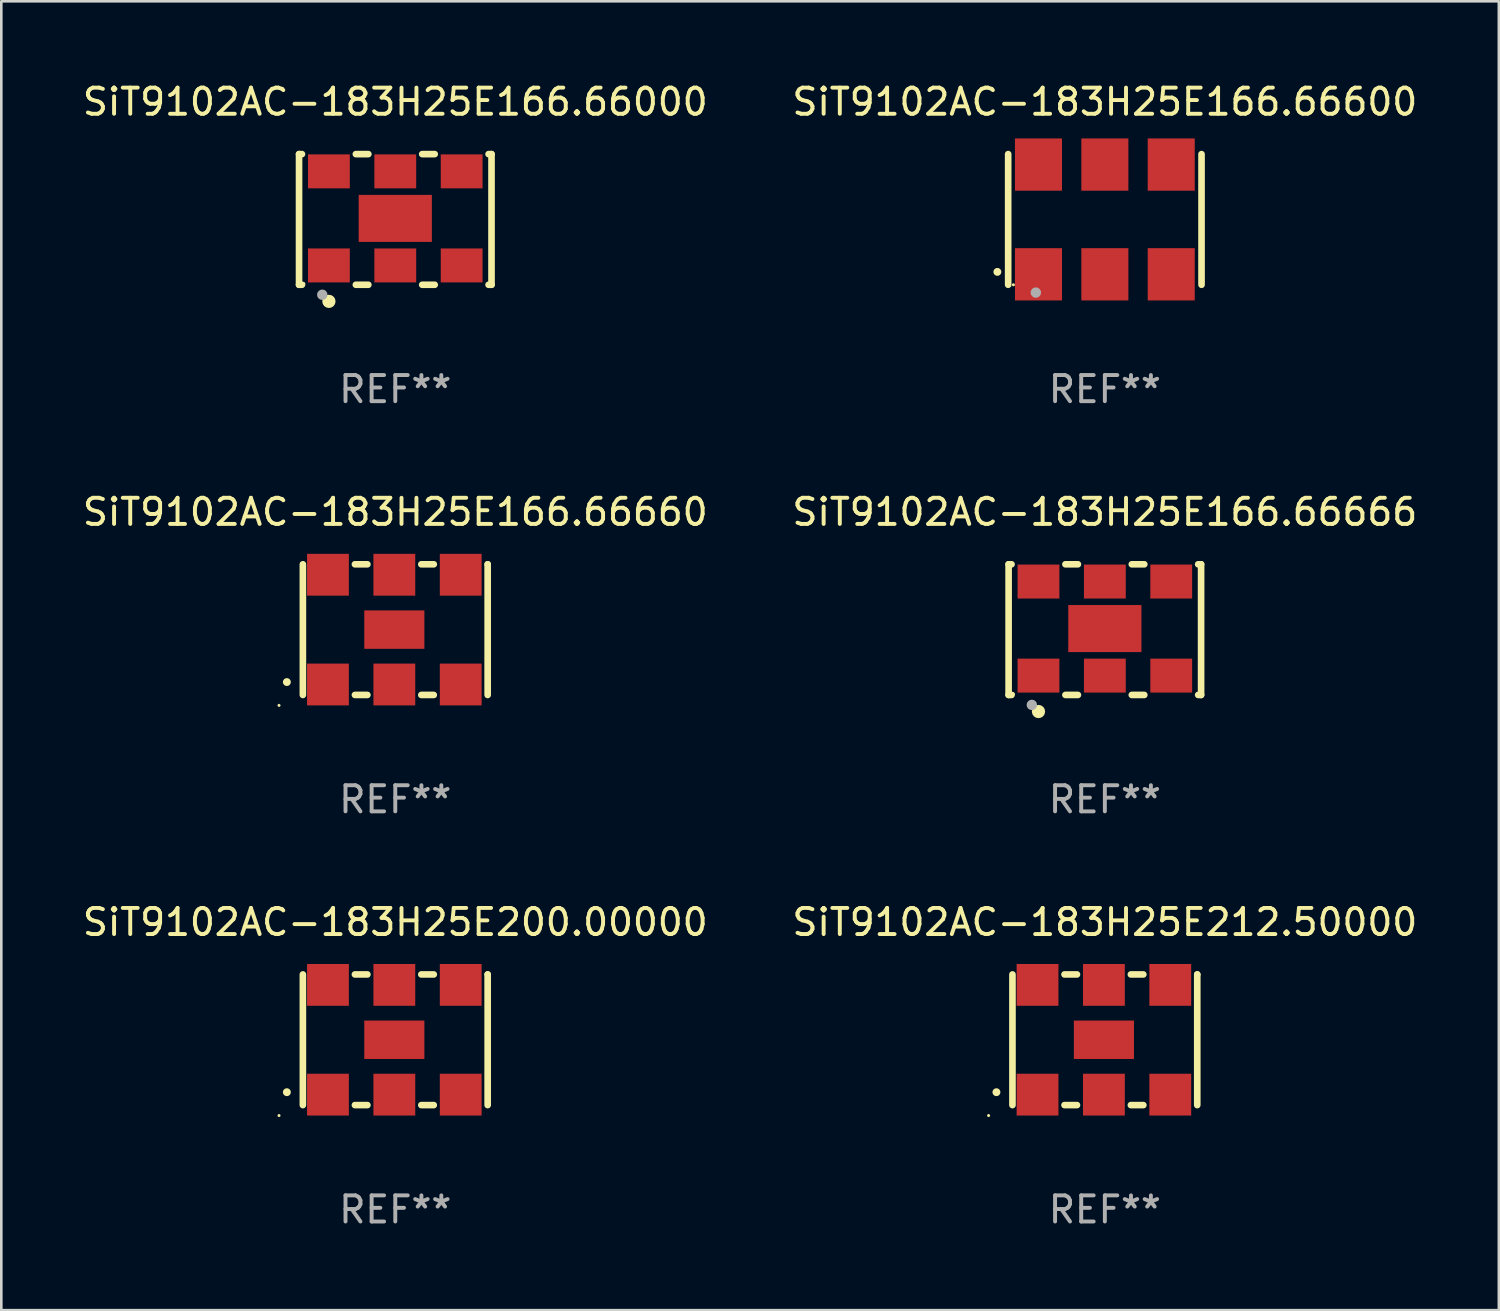
<source format=kicad_pcb>
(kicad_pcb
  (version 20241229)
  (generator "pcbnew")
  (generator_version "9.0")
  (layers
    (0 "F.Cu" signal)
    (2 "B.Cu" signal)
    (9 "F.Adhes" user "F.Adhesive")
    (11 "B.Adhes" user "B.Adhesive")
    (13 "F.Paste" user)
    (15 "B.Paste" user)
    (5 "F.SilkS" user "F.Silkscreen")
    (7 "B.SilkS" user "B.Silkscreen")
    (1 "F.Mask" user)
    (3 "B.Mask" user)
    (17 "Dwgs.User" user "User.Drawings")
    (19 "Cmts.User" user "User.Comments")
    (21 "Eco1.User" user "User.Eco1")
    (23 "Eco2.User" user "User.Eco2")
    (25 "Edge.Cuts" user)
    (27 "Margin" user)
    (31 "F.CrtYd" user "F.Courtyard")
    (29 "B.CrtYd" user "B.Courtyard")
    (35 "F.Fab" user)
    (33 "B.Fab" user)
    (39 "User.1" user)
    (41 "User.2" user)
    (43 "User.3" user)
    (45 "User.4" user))
  (footprint "SiT9102AC-183H25E166.66660"
    (layer "F.Cu")
    (at 12.077 21.045)
    (property "Reference" "SiT9102AC-183H25E166.66660" (at 0 -4.5 0) (layer "F.SilkS") (effects (font (size 1 1) (thickness 0.15))))
    (attr through_hole)
    (fp_line (start -3.536 -2.5) (end -3.536 2.5) (stroke (width 0.254) (type solid)) (layer "F.SilkS"))
    (fp_line (start -1.544 2.5) (end -1.067 2.5) (stroke (width 0.254) (type solid)) (layer "F.SilkS"))
    (fp_line (start -1.067 -2.5) (end -1.544 -2.5) (stroke (width 0.254) (type solid)) (layer "F.SilkS"))
    (fp_line (start 0.996 2.5) (end 1.473 2.5) (stroke (width 0.254) (type solid)) (layer "F.SilkS"))
    (fp_line (start 1.473 -2.5) (end 0.996 -2.5) (stroke (width 0.254) (type solid)) (layer "F.SilkS"))
    (fp_line (start 3.536 -2.5) (end 3.536 -2.5) (stroke (width 0.254) (type solid)) (layer "F.SilkS"))
    (fp_line (start 3.536 2.5) (end 3.536 -2.5) (stroke (width 0.254) (type solid)) (layer "F.SilkS"))
    (fp_arc (start -4.150432 2.006604) (mid -4.149162 2.006599) (end -4.147892 2.006604) (stroke (width 0.3) (type solid)) (layer "F.SilkS"))
    (fp_circle (center -4.449 2.9) (end -4.419 2.9) (stroke (width 0.06) (type solid)) (fill no) (layer "F.SilkS"))
    (fp_text user "REF**" (at 0 6.5 0) (layer "F.Fab") (effects (font (size 1 1) (thickness 0.15))))
    (pad "1" smd rect (at -2.576 2.1) (size 1.6 1.6) (layers "F.Cu" "F.Mask" "F.Paste"))
    (pad "2" smd rect (at -0.036 2.1) (size 1.6 1.6) (layers "F.Cu" "F.Mask" "F.Paste"))
    (pad "3" smd rect (at 2.504 2.1) (size 1.6 1.6) (layers "F.Cu" "F.Mask" "F.Paste"))
    (pad "4" smd rect (at 2.504 -2.1) (size 1.6 1.6) (layers "F.Cu" "F.Mask" "F.Paste"))
    (pad "5" smd rect (at -0.036 -2.1) (size 1.6 1.6) (layers "F.Cu" "F.Mask" "F.Paste"))
    (pad "6" smd rect (at -2.576 -2.1) (size 1.6 1.6) (layers "F.Cu" "F.Mask" "F.Paste"))
    (pad "7" smd rect (at -0.036 0) (size 2.3 1.47) (layers "F.Cu" "F.Mask" "F.Paste")))
  (footprint "SiT9102AC-183H25E166.66666"
    (layer "F.Cu")
    (at 39.232 21.045)
    (property "Reference" "SiT9102AC-183H25E166.66666" (at 0 -4.5 0) (layer "F.SilkS") (effects (font (size 1 1) (thickness 0.15))))
    (attr through_hole)
    (fp_line (start -3.683 -2.5) (end -3.571 -2.5) (stroke (width 0.254) (type solid)) (layer "F.SilkS"))
    (fp_line (start -3.683 2.5) (end -3.683 -2.5) (stroke (width 0.254) (type solid)) (layer "F.SilkS"))
    (fp_line (start -3.683 2.5) (end -3.571 2.5) (stroke (width 0.254) (type solid)) (layer "F.SilkS"))
    (fp_line (start -1.509 -2.5) (end -1.031 -2.5) (stroke (width 0.254) (type solid)) (layer "F.SilkS"))
    (fp_line (start -1.509 2.5) (end -1.031 2.5) (stroke (width 0.254) (type solid)) (layer "F.SilkS"))
    (fp_line (start 1.031 -2.5) (end 1.509 -2.5) (stroke (width 0.254) (type solid)) (layer "F.SilkS"))
    (fp_line (start 1.031 2.5) (end 1.509 2.5) (stroke (width 0.254) (type solid)) (layer "F.SilkS"))
    (fp_line (start 3.571 -2.5) (end 3.683 -2.5) (stroke (width 0.254) (type solid)) (layer "F.SilkS"))
    (fp_line (start 3.571 2.5) (end 3.683 2.5) (stroke (width 0.254) (type solid)) (layer "F.SilkS"))
    (fp_line (start 3.683 2.5) (end 3.683 -2.5) (stroke (width 0.254) (type solid)) (layer "F.SilkS"))
    (fp_circle (center -3.5 2.46) (end -3.47 2.46) (stroke (width 0.06) (type solid)) (fill no) (layer "F.SilkS"))
    (fp_circle (center -2.54 3.135) (end -2.413 3.135) (stroke (width 0.254) (type solid)) (fill no) (layer "F.SilkS"))
    (fp_circle (center -2.794 2.881) (end -2.694 2.881) (stroke (width 0.2) (type solid)) (fill no) (layer "F.Fab"))
    (fp_text user "REF**" (at 0 6.5 0) (layer "F.Fab") (effects (font (size 1 1) (thickness 0.15))))
    (pad "1" smd rect (at -2.54 1.76) (size 1.6 1.3) (layers "F.Cu" "F.Mask" "F.Paste"))
    (pad "2" smd rect (at 0 1.76) (size 1.6 1.3) (layers "F.Cu" "F.Mask" "F.Paste"))
    (pad "3" smd rect (at 2.54 1.76) (size 1.6 1.3) (layers "F.Cu" "F.Mask" "F.Paste"))
    (pad "4" smd rect (at 2.54 -1.84) (size 1.6 1.3) (layers "F.Cu" "F.Mask" "F.Paste"))
    (pad "5" smd rect (at 0 -1.84) (size 1.6 1.3) (layers "F.Cu" "F.Mask" "F.Paste"))
    (pad "6" smd rect (at -2.54 -1.84) (size 1.6 1.3) (layers "F.Cu" "F.Mask" "F.Paste"))
    (pad "7" smd rect (at 0 -0.04) (size 2.8 1.8) (layers "F.Cu" "F.Mask" "F.Paste")))
  (footprint "SiT9102AC-183H25E166.66000"
    (layer "F.Cu")
    (at 12.077 5.348)
    (property "Reference" "SiT9102AC-183H25E166.66000" (at 0 -4.5 0) (layer "F.SilkS") (effects (font (size 1 1) (thickness 0.15))))
    (attr through_hole)
    (fp_line (start -3.683 -2.5) (end -3.571 -2.5) (stroke (width 0.254) (type solid)) (layer "F.SilkS"))
    (fp_line (start -3.683 2.5) (end -3.683 -2.5) (stroke (width 0.254) (type solid)) (layer "F.SilkS"))
    (fp_line (start -3.683 2.5) (end -3.571 2.5) (stroke (width 0.254) (type solid)) (layer "F.SilkS"))
    (fp_line (start -1.509 -2.5) (end -1.031 -2.5) (stroke (width 0.254) (type solid)) (layer "F.SilkS"))
    (fp_line (start -1.509 2.5) (end -1.031 2.5) (stroke (width 0.254) (type solid)) (layer "F.SilkS"))
    (fp_line (start 1.031 -2.5) (end 1.509 -2.5) (stroke (width 0.254) (type solid)) (layer "F.SilkS"))
    (fp_line (start 1.031 2.5) (end 1.509 2.5) (stroke (width 0.254) (type solid)) (layer "F.SilkS"))
    (fp_line (start 3.571 -2.5) (end 3.683 -2.5) (stroke (width 0.254) (type solid)) (layer "F.SilkS"))
    (fp_line (start 3.571 2.5) (end 3.683 2.5) (stroke (width 0.254) (type solid)) (layer "F.SilkS"))
    (fp_line (start 3.683 2.5) (end 3.683 -2.5) (stroke (width 0.254) (type solid)) (layer "F.SilkS"))
    (fp_circle (center -3.5 2.46) (end -3.47 2.46) (stroke (width 0.06) (type solid)) (fill no) (layer "F.SilkS"))
    (fp_circle (center -2.54 3.135) (end -2.413 3.135) (stroke (width 0.254) (type solid)) (fill no) (layer "F.SilkS"))
    (fp_circle (center -2.794 2.881) (end -2.694 2.881) (stroke (width 0.2) (type solid)) (fill no) (layer "F.Fab"))
    (fp_text user "REF**" (at 0 6.5 0) (layer "F.Fab") (effects (font (size 1 1) (thickness 0.15))))
    (pad "1" smd rect (at -2.54 1.76) (size 1.6 1.3) (layers "F.Cu" "F.Mask" "F.Paste"))
    (pad "2" smd rect (at 0 1.76) (size 1.6 1.3) (layers "F.Cu" "F.Mask" "F.Paste"))
    (pad "3" smd rect (at 2.54 1.76) (size 1.6 1.3) (layers "F.Cu" "F.Mask" "F.Paste"))
    (pad "4" smd rect (at 2.54 -1.84) (size 1.6 1.3) (layers "F.Cu" "F.Mask" "F.Paste"))
    (pad "5" smd rect (at 0 -1.84) (size 1.6 1.3) (layers "F.Cu" "F.Mask" "F.Paste"))
    (pad "6" smd rect (at -2.54 -1.84) (size 1.6 1.3) (layers "F.Cu" "F.Mask" "F.Paste"))
    (pad "7" smd rect (at 0 -0.04) (size 2.8 1.8) (layers "F.Cu" "F.Mask" "F.Paste")))
  (footprint "SiT9102AC-183H25E166.66600"
    (layer "F.Cu")
    (at 39.232 5.348)
    (property "Reference" "SiT9102AC-183H25E166.66600" (at 0 -4.5 0) (layer "F.SilkS") (effects (font (size 1 1) (thickness 0.15))))
    (attr through_hole)
    (fp_line (start -3.7 -2.5) (end -3.7 2.5) (stroke (width 0.254) (type solid)) (layer "F.SilkS"))
    (fp_line (start 3.7 -2.5) (end 3.7 2.5) (stroke (width 0.254) (type solid)) (layer "F.SilkS"))
    (fp_arc (start -4.114415 2.006604) (mid -4.113145 2.006599) (end -4.111875 2.006604) (stroke (width 0.3) (type solid)) (layer "F.SilkS"))
    (fp_circle (center -3.5 2.501) (end -3.47 2.501) (stroke (width 0.06) (type solid)) (fill no) (layer "F.SilkS"))
    (fp_circle (center -2.641 2.799) (end -2.541 2.799) (stroke (width 0.2) (type solid)) (fill no) (layer "F.Fab"))
    (fp_text user "REF**" (at 0 6.5 0) (layer "F.Fab") (effects (font (size 1 1) (thickness 0.15))))
    (pad "1" smd rect (at -2.54 2.1) (size 1.8 2) (layers "F.Cu" "F.Mask" "F.Paste"))
    (pad "2" smd rect (at 0.000394 2.1) (size 1.8 2) (layers "F.Cu" "F.Mask" "F.Paste"))
    (pad "3" smd rect (at 2.54 2.1) (size 1.8 2) (layers "F.Cu" "F.Mask" "F.Paste"))
    (pad "4" smd rect (at 2.54 -2.1) (size 1.8 2) (layers "F.Cu" "F.Mask" "F.Paste"))
    (pad "5" smd rect (at 0.000394 -2.1) (size 1.8 2) (layers "F.Cu" "F.Mask" "F.Paste"))
    (pad "6" smd rect (at -2.54 -2.1) (size 1.8 2) (layers "F.Cu" "F.Mask" "F.Paste")))
  (footprint "SiT9102AC-183H25E200.00000"
    (layer "F.Cu")
    (at 12.077 36.741)
    (property "Reference" "SiT9102AC-183H25E200.00000" (at 0 -4.5 0) (layer "F.SilkS") (effects (font (size 1 1) (thickness 0.15))))
    (attr through_hole)
    (fp_line (start -3.536 -2.5) (end -3.536 2.5) (stroke (width 0.254) (type solid)) (layer "F.SilkS"))
    (fp_line (start -1.544 2.5) (end -1.067 2.5) (stroke (width 0.254) (type solid)) (layer "F.SilkS"))
    (fp_line (start -1.067 -2.5) (end -1.544 -2.5) (stroke (width 0.254) (type solid)) (layer "F.SilkS"))
    (fp_line (start 0.996 2.5) (end 1.473 2.5) (stroke (width 0.254) (type solid)) (layer "F.SilkS"))
    (fp_line (start 1.473 -2.5) (end 0.996 -2.5) (stroke (width 0.254) (type solid)) (layer "F.SilkS"))
    (fp_line (start 3.536 -2.5) (end 3.536 -2.5) (stroke (width 0.254) (type solid)) (layer "F.SilkS"))
    (fp_line (start 3.536 2.5) (end 3.536 -2.5) (stroke (width 0.254) (type solid)) (layer "F.SilkS"))
    (fp_arc (start -4.150432 2.006604) (mid -4.149162 2.006599) (end -4.147892 2.006604) (stroke (width 0.3) (type solid)) (layer "F.SilkS"))
    (fp_circle (center -4.449 2.9) (end -4.419 2.9) (stroke (width 0.06) (type solid)) (fill no) (layer "F.SilkS"))
    (fp_text user "REF**" (at 0 6.5 0) (layer "F.Fab") (effects (font (size 1 1) (thickness 0.15))))
    (pad "1" smd rect (at -2.576 2.1) (size 1.6 1.6) (layers "F.Cu" "F.Mask" "F.Paste"))
    (pad "2" smd rect (at -0.036 2.1) (size 1.6 1.6) (layers "F.Cu" "F.Mask" "F.Paste"))
    (pad "3" smd rect (at 2.504 2.1) (size 1.6 1.6) (layers "F.Cu" "F.Mask" "F.Paste"))
    (pad "4" smd rect (at 2.504 -2.1) (size 1.6 1.6) (layers "F.Cu" "F.Mask" "F.Paste"))
    (pad "5" smd rect (at -0.036 -2.1) (size 1.6 1.6) (layers "F.Cu" "F.Mask" "F.Paste"))
    (pad "6" smd rect (at -2.576 -2.1) (size 1.6 1.6) (layers "F.Cu" "F.Mask" "F.Paste"))
    (pad "7" smd rect (at -0.036 0) (size 2.3 1.47) (layers "F.Cu" "F.Mask" "F.Paste")))
  (footprint "SiT9102AC-183H25E212.50000"
    (layer "F.Cu")
    (at 39.232 36.741)
    (property "Reference" "SiT9102AC-183H25E212.50000" (at 0 -4.5 0) (layer "F.SilkS") (effects (font (size 1 1) (thickness 0.15))))
    (attr through_hole)
    (fp_line (start -3.536 -2.5) (end -3.536 2.5) (stroke (width 0.254) (type solid)) (layer "F.SilkS"))
    (fp_line (start -1.544 2.5) (end -1.067 2.5) (stroke (width 0.254) (type solid)) (layer "F.SilkS"))
    (fp_line (start -1.067 -2.5) (end -1.544 -2.5) (stroke (width 0.254) (type solid)) (layer "F.SilkS"))
    (fp_line (start 0.996 2.5) (end 1.473 2.5) (stroke (width 0.254) (type solid)) (layer "F.SilkS"))
    (fp_line (start 1.473 -2.5) (end 0.996 -2.5) (stroke (width 0.254) (type solid)) (layer "F.SilkS"))
    (fp_line (start 3.536 -2.5) (end 3.536 -2.5) (stroke (width 0.254) (type solid)) (layer "F.SilkS"))
    (fp_line (start 3.536 2.5) (end 3.536 -2.5) (stroke (width 0.254) (type solid)) (layer "F.SilkS"))
    (fp_arc (start -4.150432 2.006604) (mid -4.149162 2.006599) (end -4.147892 2.006604) (stroke (width 0.3) (type solid)) (layer "F.SilkS"))
    (fp_circle (center -4.449 2.9) (end -4.419 2.9) (stroke (width 0.06) (type solid)) (fill no) (layer "F.SilkS"))
    (fp_text user "REF**" (at 0 6.5 0) (layer "F.Fab") (effects (font (size 1 1) (thickness 0.15))))
    (pad "1" smd rect (at -2.576 2.1) (size 1.6 1.6) (layers "F.Cu" "F.Mask" "F.Paste"))
    (pad "2" smd rect (at -0.036 2.1) (size 1.6 1.6) (layers "F.Cu" "F.Mask" "F.Paste"))
    (pad "3" smd rect (at 2.504 2.1) (size 1.6 1.6) (layers "F.Cu" "F.Mask" "F.Paste"))
    (pad "4" smd rect (at 2.504 -2.1) (size 1.6 1.6) (layers "F.Cu" "F.Mask" "F.Paste"))
    (pad "5" smd rect (at -0.036 -2.1) (size 1.6 1.6) (layers "F.Cu" "F.Mask" "F.Paste"))
    (pad "6" smd rect (at -2.576 -2.1) (size 1.6 1.6) (layers "F.Cu" "F.Mask" "F.Paste"))
    (pad "7" smd rect (at -0.036 0) (size 2.3 1.47) (layers "F.Cu" "F.Mask" "F.Paste")))
  (gr_rect
    (start -3 -3)
    (end 54.31 47.09)
    (stroke (width 0.1) (type default))
    (fill no)
    (layer "Edge.Cuts")))
</source>
